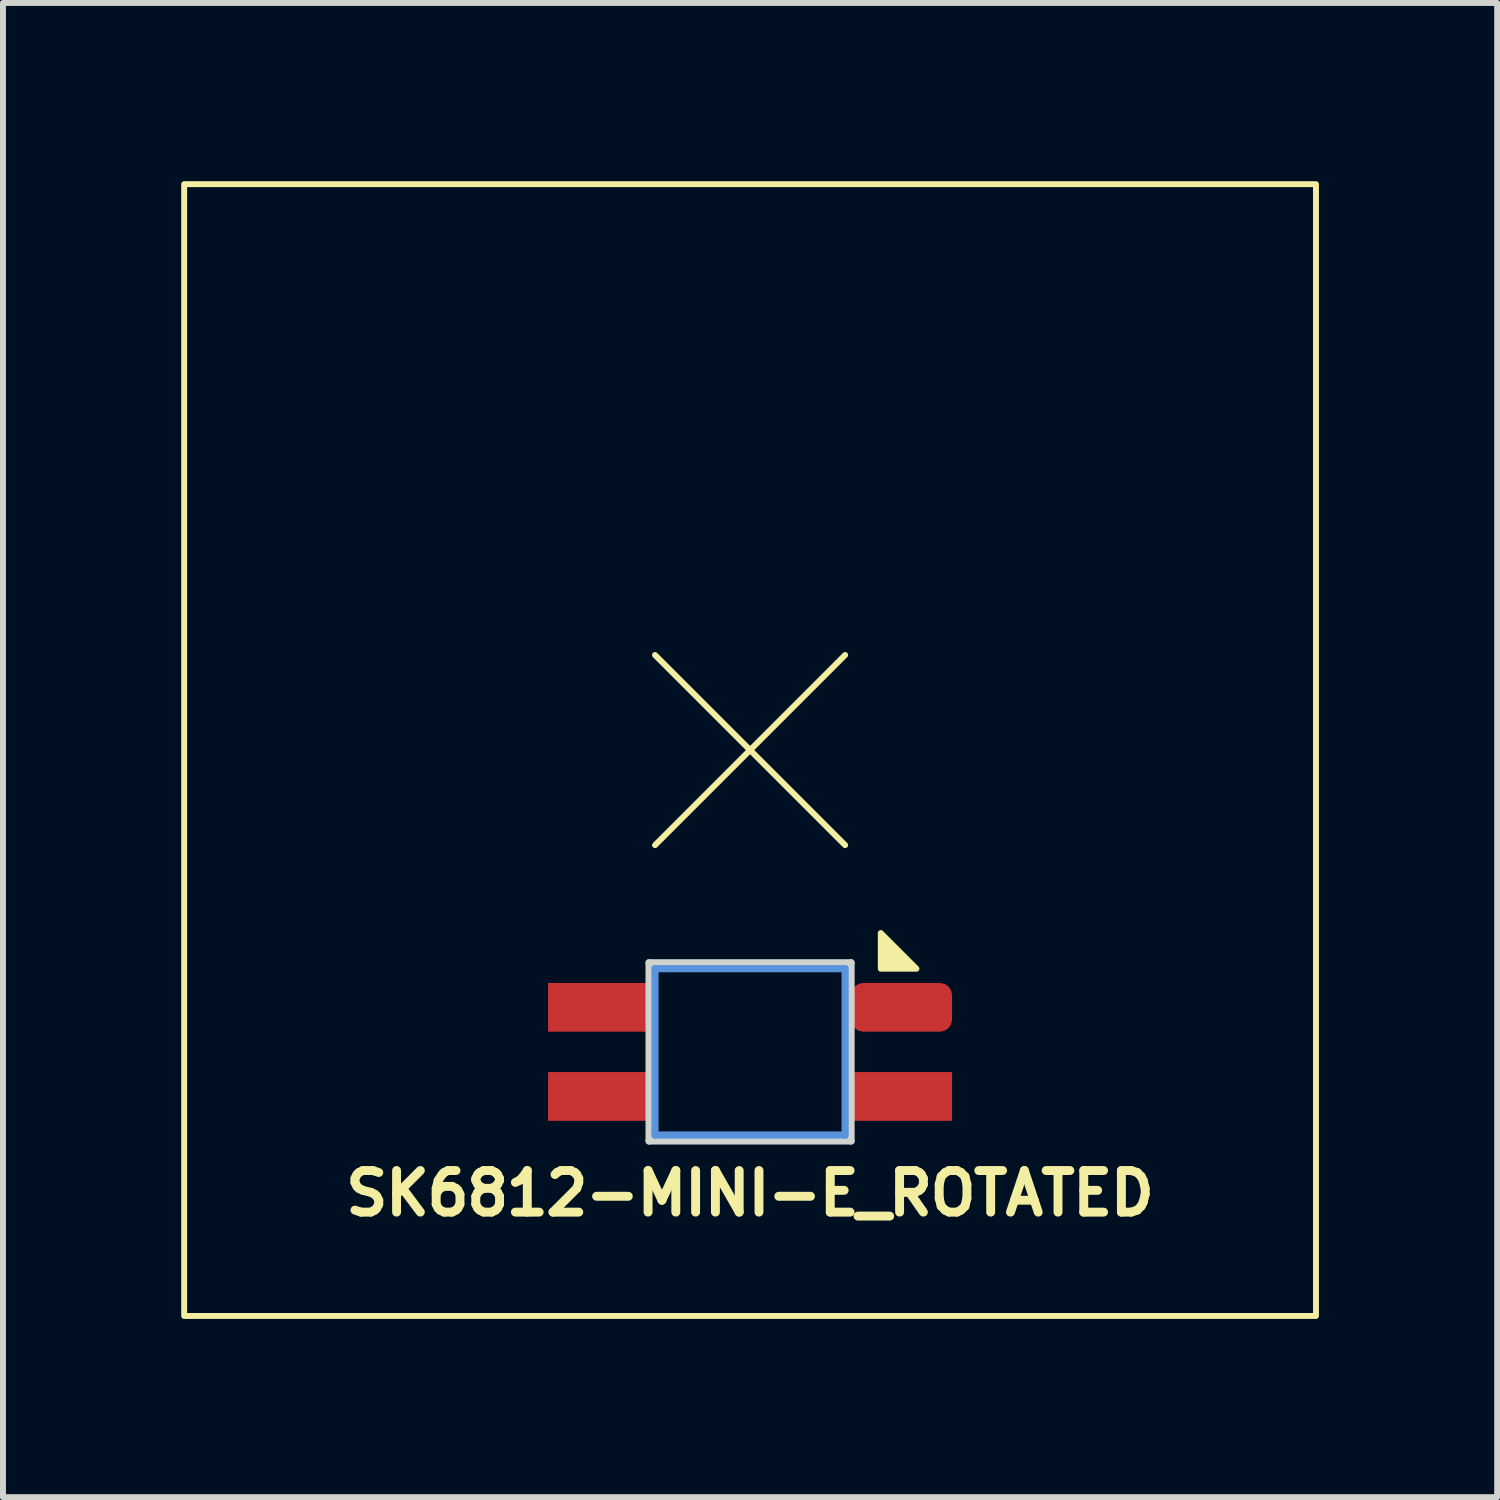
<source format=kicad_pcb>
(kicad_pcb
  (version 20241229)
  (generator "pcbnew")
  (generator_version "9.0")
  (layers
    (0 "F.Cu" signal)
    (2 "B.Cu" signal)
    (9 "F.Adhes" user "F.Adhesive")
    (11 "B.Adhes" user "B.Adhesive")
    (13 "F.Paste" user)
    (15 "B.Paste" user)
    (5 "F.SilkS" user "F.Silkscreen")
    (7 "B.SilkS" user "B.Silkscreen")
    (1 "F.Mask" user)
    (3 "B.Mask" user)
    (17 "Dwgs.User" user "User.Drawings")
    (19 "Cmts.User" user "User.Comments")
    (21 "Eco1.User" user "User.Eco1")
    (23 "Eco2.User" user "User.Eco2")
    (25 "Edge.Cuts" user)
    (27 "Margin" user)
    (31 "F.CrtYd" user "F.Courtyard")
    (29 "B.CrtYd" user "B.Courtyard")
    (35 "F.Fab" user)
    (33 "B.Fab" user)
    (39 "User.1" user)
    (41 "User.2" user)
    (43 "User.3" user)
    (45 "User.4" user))
  (footprint "SK6812-MINI-E_ROTATED"
    (layer "F.Cu")
    (at 9.575 9.575)
    (property "Reference" "SK6812-MINI-E_ROTATED" (at 0 7.461 0) (unlocked yes) (layer "F.SilkS") (effects (font (size 0.7 0.7) (thickness 0.15))))
    (attr through_hole)
    (fp_rect (start -9.525 -9.525) (end 9.525 9.525) (stroke (width 0.1) (type default)) (fill no) (layer "F.SilkS"))
    (fp_poly (pts (xy 2.8 3.68) (xy 2.2 3.68) (xy 2.2 3.08)) (stroke (width 0.1) (type solid)) (fill yes) (layer "F.SilkS"))
    (fp_line (start -1.6 3.68) (end 1.6 3.68) (stroke (width 0.12) (type solid)) (layer "Cmts.User"))
    (fp_line (start -1.6 6.48) (end -1.6 3.68) (stroke (width 0.12) (type solid)) (layer "Cmts.User"))
    (fp_line (start 1.6 3.68) (end 1.6 6.48) (stroke (width 0.12) (type solid)) (layer "Cmts.User"))
    (fp_line (start 1.6 6.48) (end -1.6 6.48) (stroke (width 0.12) (type solid)) (layer "Cmts.User"))
    (fp_line (start -1.7 3.58) (end 1.7 3.58) (stroke (width 0.12) (type solid)) (layer "Edge.Cuts"))
    (fp_line (start -1.7 6.58) (end -1.7 3.58) (stroke (width 0.12) (type solid)) (layer "Edge.Cuts"))
    (fp_line (start 1.7 3.58) (end 1.7 6.58) (stroke (width 0.12) (type solid)) (layer "Edge.Cuts"))
    (fp_line (start 1.7 6.58) (end -1.7 6.58) (stroke (width 0.12) (type solid)) (layer "Edge.Cuts"))
    (dimension (type center) (layer "F.SilkS") (pts (xy 9.575 9.575) (xy 11.175 7.975)) (style (thickness 0.1) (arrow_length 1.27) (text_position_mode 0) (extension_offset 0.5) (keep_text_aligned yes)))
    (pad "1" smd rect (at -2.55 5.83) (size 1.7 0.82) (layers "F.Cu" "F.Mask" "F.Paste"))
    (pad "2" smd rect (at -2.55 4.33) (size 1.7 0.82) (layers "F.Cu" "F.Mask" "F.Paste"))
    (pad "3" smd roundrect (at 2.55 4.33) (size 1.7 0.82) (layers "F.Cu" "F.Mask" "F.Paste") (roundrect_rratio 0.25))
    (pad "4" smd rect (at 2.55 5.83) (size 1.7 0.82) (layers "F.Cu" "F.Mask" "F.Paste")))
  (gr_rect
    (start -3 -3)
    (end 22.15 22.15)
    (stroke (width 0.1) (type default))
    (fill no)
    (layer "Edge.Cuts")))
</source>
